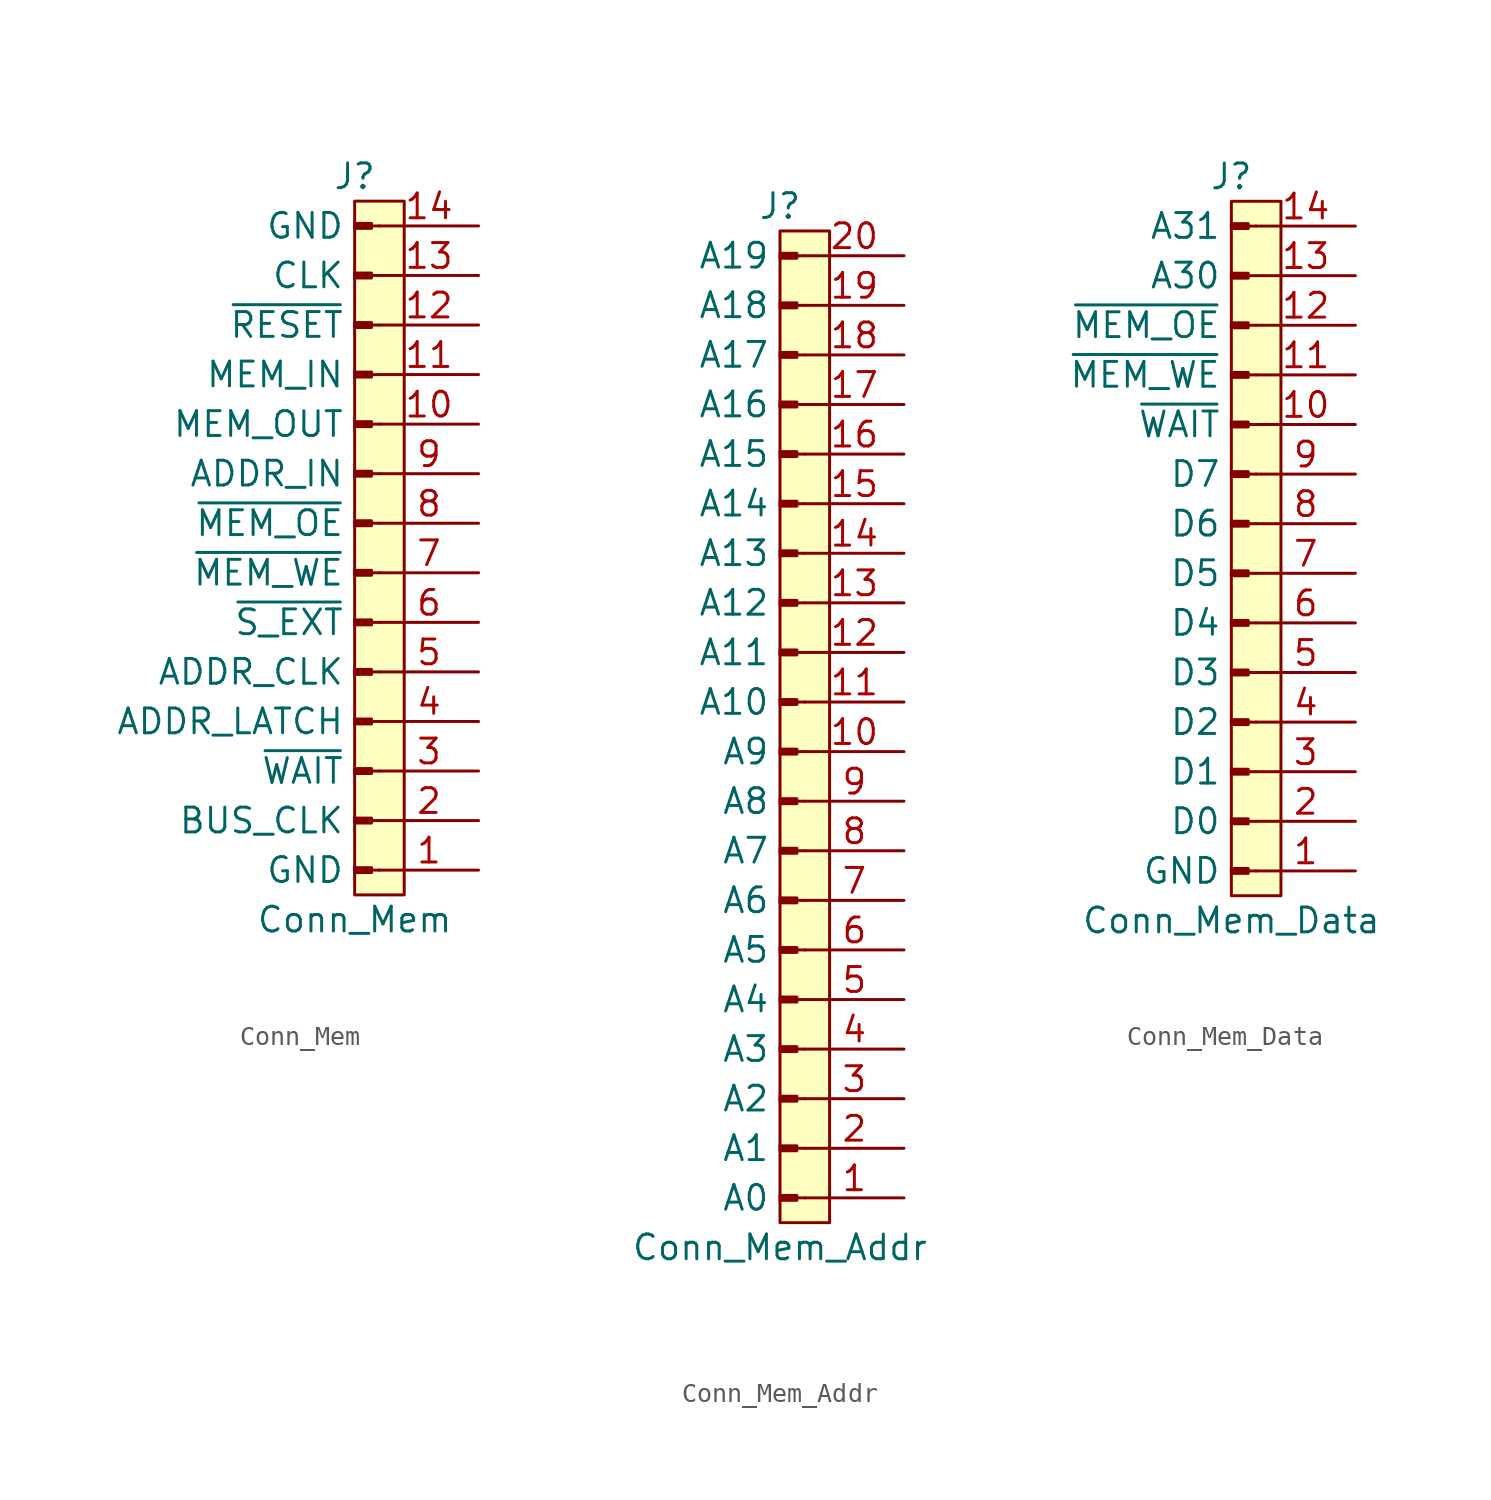
<source format=kicad_sym>
(kicad_symbol_lib
  (version 20211014)
  (generator kicad_symbol_editor)
  (symbol "Conn_Mem"
    (pin_names
      (offset 1.778))
    (property "Reference" "J"
      (at 0 17.78 0)
      (effects (font (size 1.27 1.27))))
    (property "Value" "Conn_Mem"
      (at 0 -20.32 0)
      (effects (font (size 1.27 1.27))))
    (symbol "Conn_Mem_0_1"
      (rectangle (start 0 16.51) (end 2.54 -19.05) (stroke (width 0) (type default) (color 0 0 0 0)) (fill (type background))))
    (symbol "Conn_Mem_1_1"
      (polyline (pts (xy 1.27 -17.78) (xy 0.864 -17.78)) (stroke (width 0.152) (type default) (color 0 0 0 0)) (fill (type none)))
      (polyline (pts (xy 1.27 -15.24) (xy 0.864 -15.24)) (stroke (width 0.152) (type default) (color 0 0 0 0)) (fill (type none)))
      (polyline (pts (xy 1.27 -12.7) (xy 0.864 -12.7)) (stroke (width 0.152) (type default) (color 0 0 0 0)) (fill (type none)))
      (polyline (pts (xy 1.27 -10.16) (xy 0.864 -10.16)) (stroke (width 0.152) (type default) (color 0 0 0 0)) (fill (type none)))
      (polyline (pts (xy 1.27 -7.62) (xy 0.864 -7.62)) (stroke (width 0.152) (type default) (color 0 0 0 0)) (fill (type none)))
      (polyline (pts (xy 1.27 -5.08) (xy 0.864 -5.08)) (stroke (width 0.152) (type default) (color 0 0 0 0)) (fill (type none)))
      (polyline (pts (xy 1.27 -2.54) (xy 0.864 -2.54)) (stroke (width 0.152) (type default) (color 0 0 0 0)) (fill (type none)))
      (polyline (pts (xy 1.27 0) (xy 0.864 0)) (stroke (width 0.152) (type default) (color 0 0 0 0)) (fill (type none)))
      (polyline (pts (xy 1.27 2.54) (xy 0.864 2.54)) (stroke (width 0.152) (type default) (color 0 0 0 0)) (fill (type none)))
      (polyline (pts (xy 1.27 5.08) (xy 0.864 5.08)) (stroke (width 0.152) (type default) (color 0 0 0 0)) (fill (type none)))
      (polyline (pts (xy 1.27 7.62) (xy 0.864 7.62)) (stroke (width 0.152) (type default) (color 0 0 0 0)) (fill (type none)))
      (polyline (pts (xy 1.27 10.16) (xy 0.864 10.16)) (stroke (width 0.152) (type default) (color 0 0 0 0)) (fill (type none)))
      (polyline (pts (xy 1.27 12.7) (xy 0.864 12.7)) (stroke (width 0.152) (type default) (color 0 0 0 0)) (fill (type none)))
      (polyline (pts (xy 1.27 15.24) (xy 0.864 15.24)) (stroke (width 0.152) (type default) (color 0 0 0 0)) (fill (type none)))
      (rectangle (start 0.864 -17.653) (end 0 -17.907) (stroke (width 0.152) (type default) (color 0 0 0 0)) (fill (type outline)))
      (rectangle (start 0.864 -15.113) (end 0 -15.367) (stroke (width 0.152) (type default) (color 0 0 0 0)) (fill (type outline)))
      (rectangle (start 0.864 -12.573) (end 0 -12.827) (stroke (width 0.152) (type default) (color 0 0 0 0)) (fill (type outline)))
      (rectangle (start 0.864 -10.033) (end 0 -10.287) (stroke (width 0.152) (type default) (color 0 0 0 0)) (fill (type outline)))
      (rectangle (start 0.864 -7.493) (end 0 -7.747) (stroke (width 0.152) (type default) (color 0 0 0 0)) (fill (type outline)))
      (rectangle (start 0.864 -4.953) (end 0 -5.207) (stroke (width 0.152) (type default) (color 0 0 0 0)) (fill (type outline)))
      (rectangle (start 0.864 -2.413) (end 0 -2.667) (stroke (width 0.152) (type default) (color 0 0 0 0)) (fill (type outline)))
      (rectangle (start 0.864 0.127) (end 0 -0.127) (stroke (width 0.152) (type default) (color 0 0 0 0)) (fill (type outline)))
      (rectangle (start 0.864 2.667) (end 0 2.413) (stroke (width 0.152) (type default) (color 0 0 0 0)) (fill (type outline)))
      (rectangle (start 0.864 5.207) (end 0 4.953) (stroke (width 0.152) (type default) (color 0 0 0 0)) (fill (type outline)))
      (rectangle (start 0.864 7.747) (end 0 7.493) (stroke (width 0.152) (type default) (color 0 0 0 0)) (fill (type outline)))
      (rectangle (start 0.864 10.287) (end 0 10.033) (stroke (width 0.152) (type default) (color 0 0 0 0)) (fill (type outline)))
      (rectangle (start 0.864 12.827) (end 0 12.573) (stroke (width 0.152) (type default) (color 0 0 0 0)) (fill (type outline)))
      (rectangle (start 0.864 15.367) (end 0 15.113) (stroke (width 0.152) (type default) (color 0 0 0 0)) (fill (type outline)))
      (pin passive line (at 6.35 -17.78 180) (length 5.08) (name "GND" (effects (font (size 1.27 1.27)))) (number "1" (effects (font (size 1.27 1.27)))))
      (pin passive line (at 6.35 5.08 180) (length 5.08) (name "MEM_OUT" (effects (font (size 1.27 1.27)))) (number "10" (effects (font (size 1.27 1.27)))))
      (pin passive line (at 6.35 7.62 180) (length 5.08) (name "MEM_IN" (effects (font (size 1.27 1.27)))) (number "11" (effects (font (size 1.27 1.27)))))
      (pin passive line (at 6.35 10.16 180) (length 5.08) (name "~{RESET}" (effects (font (size 1.27 1.27)))) (number "12" (effects (font (size 1.27 1.27)))))
      (pin passive line (at 6.35 12.7 180) (length 5.08) (name "CLK" (effects (font (size 1.27 1.27)))) (number "13" (effects (font (size 1.27 1.27)))))
      (pin passive line (at 6.35 15.24 180) (length 5.08) (name "GND" (effects (font (size 1.27 1.27)))) (number "14" (effects (font (size 1.27 1.27)))))
      (pin passive line (at 6.35 -15.24 180) (length 5.08) (name "BUS_CLK" (effects (font (size 1.27 1.27)))) (number "2" (effects (font (size 1.27 1.27)))))
      (pin passive line (at 6.35 -12.7 180) (length 5.08) (name "~{WAIT}" (effects (font (size 1.27 1.27)))) (number "3" (effects (font (size 1.27 1.27)))))
      (pin passive line (at 6.35 -10.16 180) (length 5.08) (name "ADDR_LATCH" (effects (font (size 1.27 1.27)))) (number "4" (effects (font (size 1.27 1.27)))))
      (pin passive line (at 6.35 -7.62 180) (length 5.08) (name "ADDR_CLK" (effects (font (size 1.27 1.27)))) (number "5" (effects (font (size 1.27 1.27)))))
      (pin passive line (at 6.35 -5.08 180) (length 5.08) (name "~{S_EXT}" (effects (font (size 1.27 1.27)))) (number "6" (effects (font (size 1.27 1.27)))))
      (pin passive line (at 6.35 -2.54 180) (length 5.08) (name "~{MEM_WE}" (effects (font (size 1.27 1.27)))) (number "7" (effects (font (size 1.27 1.27)))))
      (pin passive line (at 6.35 0 180) (length 5.08) (name "~{MEM_OE}" (effects (font (size 1.27 1.27)))) (number "8" (effects (font (size 1.27 1.27)))))
      (pin passive line (at 6.35 2.54 180) (length 5.08) (name "ADDR_IN" (effects (font (size 1.27 1.27)))) (number "9" (effects (font (size 1.27 1.27)))))))
  (symbol "Conn_Mem_Addr"
    (pin_names
      (offset 1.778))
    (property "Reference" "J"
      (at 0 25.4 0)
      (effects (font (size 1.27 1.27))))
    (property "Value" "Conn_Mem_Addr"
      (at 0 -27.94 0)
      (effects (font (size 1.27 1.27))))
    (symbol "Conn_Mem_Addr_0_1"
      (rectangle (start 0 24.13) (end 2.54 -26.67) (stroke (width 0) (type default) (color 0 0 0 0)) (fill (type background))))
    (symbol "Conn_Mem_Addr_1_1"
      (polyline (pts (xy 1.27 -25.4) (xy 0.864 -25.4)) (stroke (width 0.152) (type default) (color 0 0 0 0)) (fill (type none)))
      (polyline (pts (xy 1.27 -22.86) (xy 0.864 -22.86)) (stroke (width 0.152) (type default) (color 0 0 0 0)) (fill (type none)))
      (polyline (pts (xy 1.27 -20.32) (xy 0.864 -20.32)) (stroke (width 0.152) (type default) (color 0 0 0 0)) (fill (type none)))
      (polyline (pts (xy 1.27 -17.78) (xy 0.864 -17.78)) (stroke (width 0.152) (type default) (color 0 0 0 0)) (fill (type none)))
      (polyline (pts (xy 1.27 -15.24) (xy 0.864 -15.24)) (stroke (width 0.152) (type default) (color 0 0 0 0)) (fill (type none)))
      (polyline (pts (xy 1.27 -12.7) (xy 0.864 -12.7)) (stroke (width 0.152) (type default) (color 0 0 0 0)) (fill (type none)))
      (polyline (pts (xy 1.27 -10.16) (xy 0.864 -10.16)) (stroke (width 0.152) (type default) (color 0 0 0 0)) (fill (type none)))
      (polyline (pts (xy 1.27 -7.62) (xy 0.864 -7.62)) (stroke (width 0.152) (type default) (color 0 0 0 0)) (fill (type none)))
      (polyline (pts (xy 1.27 -5.08) (xy 0.864 -5.08)) (stroke (width 0.152) (type default) (color 0 0 0 0)) (fill (type none)))
      (polyline (pts (xy 1.27 -2.54) (xy 0.864 -2.54)) (stroke (width 0.152) (type default) (color 0 0 0 0)) (fill (type none)))
      (polyline (pts (xy 1.27 0) (xy 0.864 0)) (stroke (width 0.152) (type default) (color 0 0 0 0)) (fill (type none)))
      (polyline (pts (xy 1.27 2.54) (xy 0.864 2.54)) (stroke (width 0.152) (type default) (color 0 0 0 0)) (fill (type none)))
      (polyline (pts (xy 1.27 5.08) (xy 0.864 5.08)) (stroke (width 0.152) (type default) (color 0 0 0 0)) (fill (type none)))
      (polyline (pts (xy 1.27 7.62) (xy 0.864 7.62)) (stroke (width 0.152) (type default) (color 0 0 0 0)) (fill (type none)))
      (polyline (pts (xy 1.27 10.16) (xy 0.864 10.16)) (stroke (width 0.152) (type default) (color 0 0 0 0)) (fill (type none)))
      (polyline (pts (xy 1.27 12.7) (xy 0.864 12.7)) (stroke (width 0.152) (type default) (color 0 0 0 0)) (fill (type none)))
      (polyline (pts (xy 1.27 15.24) (xy 0.864 15.24)) (stroke (width 0.152) (type default) (color 0 0 0 0)) (fill (type none)))
      (polyline (pts (xy 1.27 17.78) (xy 0.864 17.78)) (stroke (width 0.152) (type default) (color 0 0 0 0)) (fill (type none)))
      (polyline (pts (xy 1.27 20.32) (xy 0.864 20.32)) (stroke (width 0.152) (type default) (color 0 0 0 0)) (fill (type none)))
      (polyline (pts (xy 1.27 22.86) (xy 0.864 22.86)) (stroke (width 0.152) (type default) (color 0 0 0 0)) (fill (type none)))
      (rectangle (start 0.864 -25.527) (end 0 -25.273) (stroke (width 0.152) (type default) (color 0 0 0 0)) (fill (type outline)))
      (rectangle (start 0.864 -22.987) (end 0 -22.733) (stroke (width 0.152) (type default) (color 0 0 0 0)) (fill (type outline)))
      (rectangle (start 0.864 -20.447) (end 0 -20.193) (stroke (width 0.152) (type default) (color 0 0 0 0)) (fill (type outline)))
      (rectangle (start 0.864 -17.907) (end 0 -17.653) (stroke (width 0.152) (type default) (color 0 0 0 0)) (fill (type outline)))
      (rectangle (start 0.864 -15.367) (end 0 -15.113) (stroke (width 0.152) (type default) (color 0 0 0 0)) (fill (type outline)))
      (rectangle (start 0.864 -12.827) (end 0 -12.573) (stroke (width 0.152) (type default) (color 0 0 0 0)) (fill (type outline)))
      (rectangle (start 0.864 -10.287) (end 0 -10.033) (stroke (width 0.152) (type default) (color 0 0 0 0)) (fill (type outline)))
      (rectangle (start 0.864 -7.747) (end 0 -7.493) (stroke (width 0.152) (type default) (color 0 0 0 0)) (fill (type outline)))
      (rectangle (start 0.864 -5.207) (end 0 -4.953) (stroke (width 0.152) (type default) (color 0 0 0 0)) (fill (type outline)))
      (rectangle (start 0.864 -2.667) (end 0 -2.413) (stroke (width 0.152) (type default) (color 0 0 0 0)) (fill (type outline)))
      (rectangle (start 0.864 -0.127) (end 0 0.127) (stroke (width 0.152) (type default) (color 0 0 0 0)) (fill (type outline)))
      (rectangle (start 0.864 2.413) (end 0 2.667) (stroke (width 0.152) (type default) (color 0 0 0 0)) (fill (type outline)))
      (rectangle (start 0.864 4.953) (end 0 5.207) (stroke (width 0.152) (type default) (color 0 0 0 0)) (fill (type outline)))
      (rectangle (start 0.864 7.493) (end 0 7.747) (stroke (width 0.152) (type default) (color 0 0 0 0)) (fill (type outline)))
      (rectangle (start 0.864 10.033) (end 0 10.287) (stroke (width 0.152) (type default) (color 0 0 0 0)) (fill (type outline)))
      (rectangle (start 0.864 12.573) (end 0 12.827) (stroke (width 0.152) (type default) (color 0 0 0 0)) (fill (type outline)))
      (rectangle (start 0.864 15.113) (end 0 15.367) (stroke (width 0.152) (type default) (color 0 0 0 0)) (fill (type outline)))
      (rectangle (start 0.864 17.653) (end 0 17.907) (stroke (width 0.152) (type default) (color 0 0 0 0)) (fill (type outline)))
      (rectangle (start 0.864 20.193) (end 0 20.447) (stroke (width 0.152) (type default) (color 0 0 0 0)) (fill (type outline)))
      (rectangle (start 0.864 22.733) (end 0 22.987) (stroke (width 0.152) (type default) (color 0 0 0 0)) (fill (type outline)))
      (pin passive line (at 6.35 -25.4 180) (length 5.08) (name "A0" (effects (font (size 1.27 1.27)))) (number "1" (effects (font (size 1.27 1.27)))))
      (pin passive line (at 6.35 -2.54 180) (length 5.08) (name "A9" (effects (font (size 1.27 1.27)))) (number "10" (effects (font (size 1.27 1.27)))))
      (pin passive line (at 6.35 0 180) (length 5.08) (name "A10" (effects (font (size 1.27 1.27)))) (number "11" (effects (font (size 1.27 1.27)))))
      (pin passive line (at 6.35 2.54 180) (length 5.08) (name "A11" (effects (font (size 1.27 1.27)))) (number "12" (effects (font (size 1.27 1.27)))))
      (pin passive line (at 6.35 5.08 180) (length 5.08) (name "A12" (effects (font (size 1.27 1.27)))) (number "13" (effects (font (size 1.27 1.27)))))
      (pin passive line (at 6.35 7.62 180) (length 5.08) (name "A13" (effects (font (size 1.27 1.27)))) (number "14" (effects (font (size 1.27 1.27)))))
      (pin passive line (at 6.35 10.16 180) (length 5.08) (name "A14" (effects (font (size 1.27 1.27)))) (number "15" (effects (font (size 1.27 1.27)))))
      (pin passive line (at 6.35 12.7 180) (length 5.08) (name "A15" (effects (font (size 1.27 1.27)))) (number "16" (effects (font (size 1.27 1.27)))))
      (pin passive line (at 6.35 15.24 180) (length 5.08) (name "A16" (effects (font (size 1.27 1.27)))) (number "17" (effects (font (size 1.27 1.27)))))
      (pin passive line (at 6.35 17.78 180) (length 5.08) (name "A17" (effects (font (size 1.27 1.27)))) (number "18" (effects (font (size 1.27 1.27)))))
      (pin passive line (at 6.35 20.32 180) (length 5.08) (name "A18" (effects (font (size 1.27 1.27)))) (number "19" (effects (font (size 1.27 1.27)))))
      (pin passive line (at 6.35 -22.86 180) (length 5.08) (name "A1" (effects (font (size 1.27 1.27)))) (number "2" (effects (font (size 1.27 1.27)))))
      (pin passive line (at 6.35 22.86 180) (length 5.08) (name "A19" (effects (font (size 1.27 1.27)))) (number "20" (effects (font (size 1.27 1.27)))))
      (pin passive line (at 6.35 -20.32 180) (length 5.08) (name "A2" (effects (font (size 1.27 1.27)))) (number "3" (effects (font (size 1.27 1.27)))))
      (pin passive line (at 6.35 -17.78 180) (length 5.08) (name "A3" (effects (font (size 1.27 1.27)))) (number "4" (effects (font (size 1.27 1.27)))))
      (pin passive line (at 6.35 -15.24 180) (length 5.08) (name "A4" (effects (font (size 1.27 1.27)))) (number "5" (effects (font (size 1.27 1.27)))))
      (pin passive line (at 6.35 -12.7 180) (length 5.08) (name "A5" (effects (font (size 1.27 1.27)))) (number "6" (effects (font (size 1.27 1.27)))))
      (pin passive line (at 6.35 -10.16 180) (length 5.08) (name "A6" (effects (font (size 1.27 1.27)))) (number "7" (effects (font (size 1.27 1.27)))))
      (pin passive line (at 6.35 -7.62 180) (length 5.08) (name "A7" (effects (font (size 1.27 1.27)))) (number "8" (effects (font (size 1.27 1.27)))))
      (pin passive line (at 6.35 -5.08 180) (length 5.08) (name "A8" (effects (font (size 1.27 1.27)))) (number "9" (effects (font (size 1.27 1.27)))))))
  (symbol "Conn_Mem_Data"
    (pin_names
      (offset 1.778))
    (property "Reference" "J"
      (at 0 17.78 0)
      (effects (font (size 1.27 1.27))))
    (property "Value" "Conn_Mem_Data"
      (at 0 -20.32 0)
      (effects (font (size 1.27 1.27))))
    (symbol "Conn_Mem_Data_0_1"
      (rectangle (start 0 16.51) (end 2.54 -19.05) (stroke (width 0) (type default) (color 0 0 0 0)) (fill (type background))))
    (symbol "Conn_Mem_Data_1_1"
      (polyline (pts (xy 1.27 -17.78) (xy 0.864 -17.78)) (stroke (width 0.152) (type default) (color 0 0 0 0)) (fill (type none)))
      (polyline (pts (xy 1.27 -15.24) (xy 0.864 -15.24)) (stroke (width 0.152) (type default) (color 0 0 0 0)) (fill (type none)))
      (polyline (pts (xy 1.27 -12.7) (xy 0.864 -12.7)) (stroke (width 0.152) (type default) (color 0 0 0 0)) (fill (type none)))
      (polyline (pts (xy 1.27 -10.16) (xy 0.864 -10.16)) (stroke (width 0.152) (type default) (color 0 0 0 0)) (fill (type none)))
      (polyline (pts (xy 1.27 -7.62) (xy 0.864 -7.62)) (stroke (width 0.152) (type default) (color 0 0 0 0)) (fill (type none)))
      (polyline (pts (xy 1.27 -5.08) (xy 0.864 -5.08)) (stroke (width 0.152) (type default) (color 0 0 0 0)) (fill (type none)))
      (polyline (pts (xy 1.27 -2.54) (xy 0.864 -2.54)) (stroke (width 0.152) (type default) (color 0 0 0 0)) (fill (type none)))
      (polyline (pts (xy 1.27 0) (xy 0.864 0)) (stroke (width 0.152) (type default) (color 0 0 0 0)) (fill (type none)))
      (polyline (pts (xy 1.27 2.54) (xy 0.864 2.54)) (stroke (width 0.152) (type default) (color 0 0 0 0)) (fill (type none)))
      (polyline (pts (xy 1.27 5.08) (xy 0.864 5.08)) (stroke (width 0.152) (type default) (color 0 0 0 0)) (fill (type none)))
      (polyline (pts (xy 1.27 7.62) (xy 0.864 7.62)) (stroke (width 0.152) (type default) (color 0 0 0 0)) (fill (type none)))
      (polyline (pts (xy 1.27 10.16) (xy 0.864 10.16)) (stroke (width 0.152) (type default) (color 0 0 0 0)) (fill (type none)))
      (polyline (pts (xy 1.27 12.7) (xy 0.864 12.7)) (stroke (width 0.152) (type default) (color 0 0 0 0)) (fill (type none)))
      (polyline (pts (xy 1.27 15.24) (xy 0.864 15.24)) (stroke (width 0.152) (type default) (color 0 0 0 0)) (fill (type none)))
      (rectangle (start 0.864 -17.653) (end 0 -17.907) (stroke (width 0.152) (type default) (color 0 0 0 0)) (fill (type outline)))
      (rectangle (start 0.864 -15.113) (end 0 -15.367) (stroke (width 0.152) (type default) (color 0 0 0 0)) (fill (type outline)))
      (rectangle (start 0.864 -12.573) (end 0 -12.827) (stroke (width 0.152) (type default) (color 0 0 0 0)) (fill (type outline)))
      (rectangle (start 0.864 -10.033) (end 0 -10.287) (stroke (width 0.152) (type default) (color 0 0 0 0)) (fill (type outline)))
      (rectangle (start 0.864 -7.493) (end 0 -7.747) (stroke (width 0.152) (type default) (color 0 0 0 0)) (fill (type outline)))
      (rectangle (start 0.864 -4.953) (end 0 -5.207) (stroke (width 0.152) (type default) (color 0 0 0 0)) (fill (type outline)))
      (rectangle (start 0.864 -2.413) (end 0 -2.667) (stroke (width 0.152) (type default) (color 0 0 0 0)) (fill (type outline)))
      (rectangle (start 0.864 0.127) (end 0 -0.127) (stroke (width 0.152) (type default) (color 0 0 0 0)) (fill (type outline)))
      (rectangle (start 0.864 2.667) (end 0 2.413) (stroke (width 0.152) (type default) (color 0 0 0 0)) (fill (type outline)))
      (rectangle (start 0.864 5.207) (end 0 4.953) (stroke (width 0.152) (type default) (color 0 0 0 0)) (fill (type outline)))
      (rectangle (start 0.864 7.747) (end 0 7.493) (stroke (width 0.152) (type default) (color 0 0 0 0)) (fill (type outline)))
      (rectangle (start 0.864 10.287) (end 0 10.033) (stroke (width 0.152) (type default) (color 0 0 0 0)) (fill (type outline)))
      (rectangle (start 0.864 12.827) (end 0 12.573) (stroke (width 0.152) (type default) (color 0 0 0 0)) (fill (type outline)))
      (rectangle (start 0.864 15.367) (end 0 15.113) (stroke (width 0.152) (type default) (color 0 0 0 0)) (fill (type outline)))
      (pin passive line (at 6.35 -17.78 180) (length 5.08) (name "GND" (effects (font (size 1.27 1.27)))) (number "1" (effects (font (size 1.27 1.27)))))
      (pin passive line (at 6.35 5.08 180) (length 5.08) (name "~{WAIT}" (effects (font (size 1.27 1.27)))) (number "10" (effects (font (size 1.27 1.27)))))
      (pin passive line (at 6.35 7.62 180) (length 5.08) (name "~{MEM_WE}" (effects (font (size 1.27 1.27)))) (number "11" (effects (font (size 1.27 1.27)))))
      (pin passive line (at 6.35 10.16 180) (length 5.08) (name "~{MEM_OE}" (effects (font (size 1.27 1.27)))) (number "12" (effects (font (size 1.27 1.27)))))
      (pin passive line (at 6.35 12.7 180) (length 5.08) (name "A30" (effects (font (size 1.27 1.27)))) (number "13" (effects (font (size 1.27 1.27)))))
      (pin passive line (at 6.35 15.24 180) (length 5.08) (name "A31" (effects (font (size 1.27 1.27)))) (number "14" (effects (font (size 1.27 1.27)))))
      (pin passive line (at 6.35 -15.24 180) (length 5.08) (name "D0" (effects (font (size 1.27 1.27)))) (number "2" (effects (font (size 1.27 1.27)))))
      (pin passive line (at 6.35 -12.7 180) (length 5.08) (name "D1" (effects (font (size 1.27 1.27)))) (number "3" (effects (font (size 1.27 1.27)))))
      (pin passive line (at 6.35 -10.16 180) (length 5.08) (name "D2" (effects (font (size 1.27 1.27)))) (number "4" (effects (font (size 1.27 1.27)))))
      (pin passive line (at 6.35 -7.62 180) (length 5.08) (name "D3" (effects (font (size 1.27 1.27)))) (number "5" (effects (font (size 1.27 1.27)))))
      (pin passive line (at 6.35 -5.08 180) (length 5.08) (name "D4" (effects (font (size 1.27 1.27)))) (number "6" (effects (font (size 1.27 1.27)))))
      (pin passive line (at 6.35 -2.54 180) (length 5.08) (name "D5" (effects (font (size 1.27 1.27)))) (number "7" (effects (font (size 1.27 1.27)))))
      (pin passive line (at 6.35 0 180) (length 5.08) (name "D6" (effects (font (size 1.27 1.27)))) (number "8" (effects (font (size 1.27 1.27)))))
      (pin passive line (at 6.35 2.54 180) (length 5.08) (name "D7" (effects (font (size 1.27 1.27)))) (number "9" (effects (font (size 1.27 1.27))))))))
</source>
